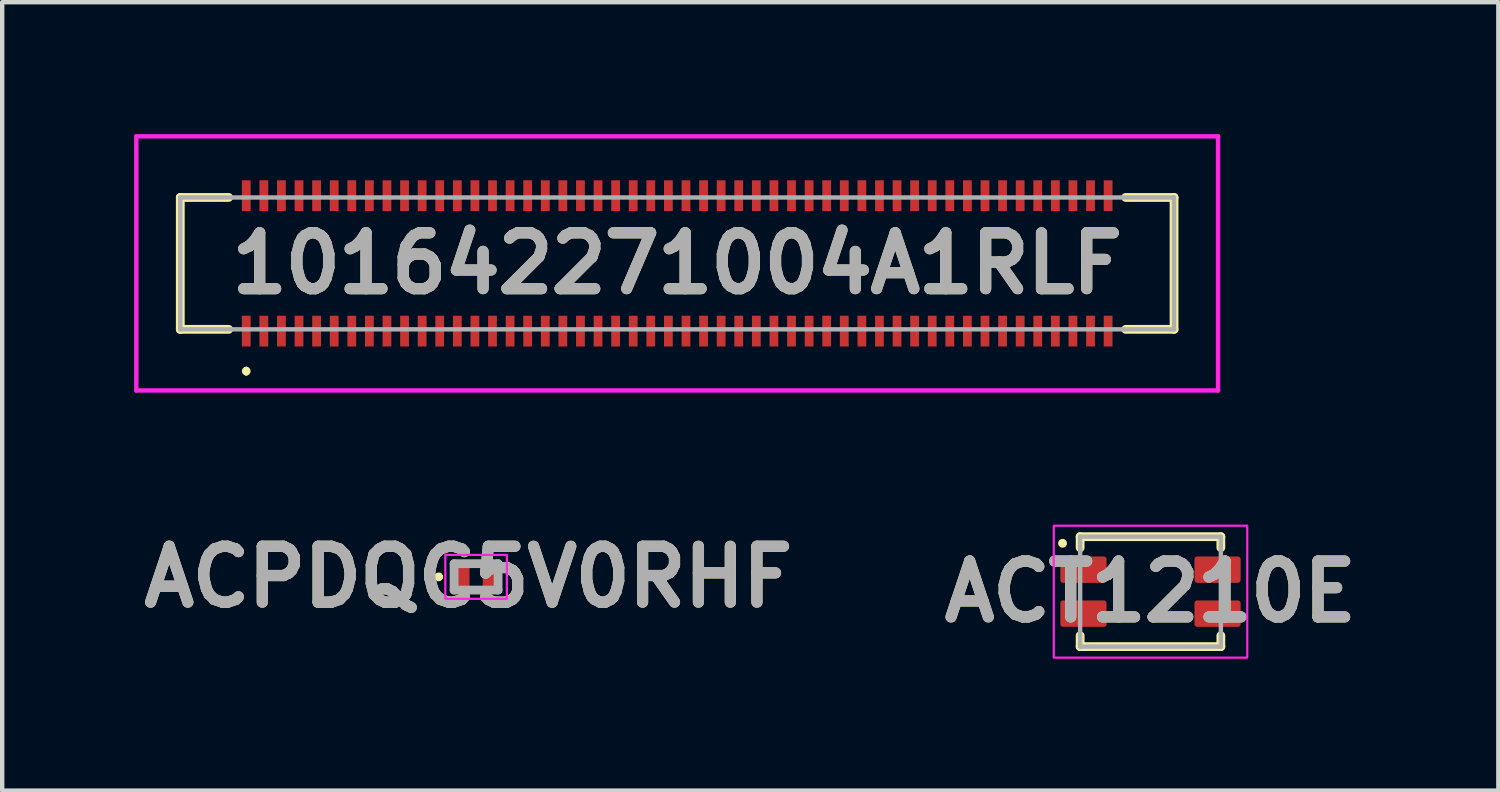
<source format=kicad_pcb>
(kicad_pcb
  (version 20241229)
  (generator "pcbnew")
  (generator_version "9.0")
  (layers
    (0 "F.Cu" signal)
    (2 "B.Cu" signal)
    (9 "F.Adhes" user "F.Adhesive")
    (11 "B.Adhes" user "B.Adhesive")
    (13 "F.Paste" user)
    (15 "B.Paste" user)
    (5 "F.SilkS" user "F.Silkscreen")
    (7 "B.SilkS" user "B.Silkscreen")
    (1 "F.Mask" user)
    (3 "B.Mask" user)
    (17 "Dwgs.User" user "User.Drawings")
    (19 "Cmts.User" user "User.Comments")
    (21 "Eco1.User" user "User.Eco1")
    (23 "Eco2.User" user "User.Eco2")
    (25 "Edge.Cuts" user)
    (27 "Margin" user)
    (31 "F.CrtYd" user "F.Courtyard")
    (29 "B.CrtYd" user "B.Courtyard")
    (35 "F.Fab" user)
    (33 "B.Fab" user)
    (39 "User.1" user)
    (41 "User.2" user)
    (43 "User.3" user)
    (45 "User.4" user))
  (footprint "ACPDQC5V0RHF"
    (layer "F.Cu")
    (at 7.777 10.069)
    (property "Reference" "ACPDQC5V0RHF" (at -0.175 0 0) (layer "F.SilkS") (effects (font (size 1.27 1.27) (thickness 0.254))))
    (attr smd)
    (fp_line (start -0.9 0) (end -0.9 0) (stroke (width 0.1) (type solid)) (layer "F.SilkS"))
    (fp_line (start -0.8 0) (end -0.8 0) (stroke (width 0.1) (type solid)) (layer "F.SilkS"))
    (fp_arc (start -0.9 0) (mid -0.85 -0.05) (end -0.8 0) (stroke (width 0.1) (type solid)) (layer "F.SilkS"))
    (fp_arc (start -0.8 0) (mid -0.85 0.05) (end -0.9 0) (stroke (width 0.1) (type solid)) (layer "F.SilkS"))
    (fp_rect (start -0.7 -0.5) (end 0.7 0.5) (stroke (width 0.05) (type default)) (fill no) (layer "F.CrtYd"))
    (fp_line (start -0.5 -0.3) (end 0.5 -0.3) (stroke (width 0.2) (type solid)) (layer "F.Fab"))
    (fp_line (start -0.5 0.3) (end -0.5 -0.3) (stroke (width 0.2) (type solid)) (layer "F.Fab"))
    (fp_line (start 0.5 -0.3) (end 0.5 0.3) (stroke (width 0.2) (type solid)) (layer "F.Fab"))
    (fp_line (start 0.5 0.3) (end -0.5 0.3) (stroke (width 0.2) (type solid)) (layer "F.Fab"))
    (fp_text user "${REFERENCE}" (at -0.175 0 0) (layer "F.Fab") (effects (font (size 1.27 1.27) (thickness 0.254))))
    (pad "1" smd roundrect (at -0.35 0) (size 0.4 0.7) (layers "F.Cu" "F.Mask" "F.Paste") (roundrect_rratio 0.1))
    (pad "2" smd roundrect (at 0.35 0) (size 0.4 0.7) (layers "F.Cu" "F.Mask" "F.Paste") (roundrect_rratio 0.1)))
  (footprint "101642271004A1RLF"
    (layer "F.Cu")
    (at 12.35 2.94)
    (property "Reference" "101642271004A1RLF" (at 0 0 0) (layer "F.SilkS") (effects (font (size 1.27 1.27) (thickness 0.254))))
    (attr smd)
    (fp_line (start -11.3 -1.5) (end -11.3 1.5) (stroke (width 0.2) (type solid)) (layer "F.SilkS"))
    (fp_line (start -11.3 1.5) (end -10.2 1.5) (stroke (width 0.2) (type solid)) (layer "F.SilkS"))
    (fp_line (start -10.2 -1.5) (end -11.3 -1.5) (stroke (width 0.2) (type solid)) (layer "F.SilkS"))
    (fp_line (start -9.8 2.4) (end -9.8 2.4) (stroke (width 0.1) (type solid)) (layer "F.SilkS"))
    (fp_line (start -9.8 2.5) (end -9.8 2.5) (stroke (width 0.1) (type solid)) (layer "F.SilkS"))
    (fp_line (start 10.2 1.5) (end 11.3 1.5) (stroke (width 0.2) (type solid)) (layer "F.SilkS"))
    (fp_line (start 11.3 -1.5) (end 10.2 -1.5) (stroke (width 0.2) (type solid)) (layer "F.SilkS"))
    (fp_line (start 11.3 1.5) (end 11.3 -1.5) (stroke (width 0.2) (type solid)) (layer "F.SilkS"))
    (fp_arc (start -9.8 2.4) (mid -9.75 2.45) (end -9.8 2.5) (stroke (width 0.1) (type solid)) (layer "F.SilkS"))
    (fp_arc (start -9.8 2.5) (mid -9.85 2.45) (end -9.8 2.4) (stroke (width 0.1) (type solid)) (layer "F.SilkS"))
    (fp_line (start -12.3 -2.89) (end 12.3 -2.89) (stroke (width 0.1) (type solid)) (layer "F.CrtYd"))
    (fp_line (start -12.3 2.89) (end -12.3 -2.89) (stroke (width 0.1) (type solid)) (layer "F.CrtYd"))
    (fp_line (start 12.3 -2.89) (end 12.3 2.89) (stroke (width 0.1) (type solid)) (layer "F.CrtYd"))
    (fp_line (start 12.3 2.89) (end -12.3 2.89) (stroke (width 0.1) (type solid)) (layer "F.CrtYd"))
    (fp_line (start -11.3 -1.5) (end 11.3 -1.5) (stroke (width 0.1) (type solid)) (layer "F.Fab"))
    (fp_line (start -11.3 1.5) (end -11.3 -1.5) (stroke (width 0.1) (type solid)) (layer "F.Fab"))
    (fp_line (start 11.3 -1.5) (end 11.3 1.5) (stroke (width 0.1) (type solid)) (layer "F.Fab"))
    (fp_line (start 11.3 1.5) (end -11.3 1.5) (stroke (width 0.1) (type solid)) (layer "F.Fab"))
    (fp_text user "${REFERENCE}" (at 0 0 0) (layer "F.Fab") (effects (font (size 1.27 1.27) (thickness 0.254))))
    (pad "1" smd rect (at -9.8 1.54) (size 0.2 0.7) (layers "F.Cu" "F.Mask" "F.Paste"))
    (pad "2" smd rect (at -9.8 -1.54) (size 0.2 0.7) (layers "F.Cu" "F.Mask" "F.Paste"))
    (pad "3" smd rect (at -9.4 1.54) (size 0.2 0.7) (layers "F.Cu" "F.Mask" "F.Paste"))
    (pad "4" smd rect (at -9.4 -1.54) (size 0.2 0.7) (layers "F.Cu" "F.Mask" "F.Paste"))
    (pad "5" smd rect (at -9 1.54) (size 0.2 0.7) (layers "F.Cu" "F.Mask" "F.Paste"))
    (pad "6" smd rect (at -9 -1.54) (size 0.2 0.7) (layers "F.Cu" "F.Mask" "F.Paste"))
    (pad "7" smd rect (at -8.6 1.54) (size 0.2 0.7) (layers "F.Cu" "F.Mask" "F.Paste"))
    (pad "8" smd rect (at -8.6 -1.54) (size 0.2 0.7) (layers "F.Cu" "F.Mask" "F.Paste"))
    (pad "9" smd rect (at -8.2 1.54) (size 0.2 0.7) (layers "F.Cu" "F.Mask" "F.Paste"))
    (pad "10" smd rect (at -8.2 -1.54) (size 0.2 0.7) (layers "F.Cu" "F.Mask" "F.Paste"))
    (pad "11" smd rect (at -7.8 1.54) (size 0.2 0.7) (layers "F.Cu" "F.Mask" "F.Paste"))
    (pad "12" smd rect (at -7.8 -1.54) (size 0.2 0.7) (layers "F.Cu" "F.Mask" "F.Paste"))
    (pad "13" smd rect (at -7.4 1.54) (size 0.2 0.7) (layers "F.Cu" "F.Mask" "F.Paste"))
    (pad "14" smd rect (at -7.4 -1.54) (size 0.2 0.7) (layers "F.Cu" "F.Mask" "F.Paste"))
    (pad "15" smd rect (at -7 1.54) (size 0.2 0.7) (layers "F.Cu" "F.Mask" "F.Paste"))
    (pad "16" smd rect (at -7 -1.54) (size 0.2 0.7) (layers "F.Cu" "F.Mask" "F.Paste"))
    (pad "17" smd rect (at -6.6 1.54) (size 0.2 0.7) (layers "F.Cu" "F.Mask" "F.Paste"))
    (pad "18" smd rect (at -6.6 -1.54) (size 0.2 0.7) (layers "F.Cu" "F.Mask" "F.Paste"))
    (pad "19" smd rect (at -6.2 1.54) (size 0.2 0.7) (layers "F.Cu" "F.Mask" "F.Paste"))
    (pad "20" smd rect (at -6.2 -1.54) (size 0.2 0.7) (layers "F.Cu" "F.Mask" "F.Paste"))
    (pad "21" smd rect (at -5.8 1.54) (size 0.2 0.7) (layers "F.Cu" "F.Mask" "F.Paste"))
    (pad "22" smd rect (at -5.8 -1.54) (size 0.2 0.7) (layers "F.Cu" "F.Mask" "F.Paste"))
    (pad "23" smd rect (at -5.4 1.54) (size 0.2 0.7) (layers "F.Cu" "F.Mask" "F.Paste"))
    (pad "24" smd rect (at -5.4 -1.54) (size 0.2 0.7) (layers "F.Cu" "F.Mask" "F.Paste"))
    (pad "25" smd rect (at -5 1.54) (size 0.2 0.7) (layers "F.Cu" "F.Mask" "F.Paste"))
    (pad "26" smd rect (at -5 -1.54) (size 0.2 0.7) (layers "F.Cu" "F.Mask" "F.Paste"))
    (pad "27" smd rect (at -4.6 1.54) (size 0.2 0.7) (layers "F.Cu" "F.Mask" "F.Paste"))
    (pad "28" smd rect (at -4.6 -1.54) (size 0.2 0.7) (layers "F.Cu" "F.Mask" "F.Paste"))
    (pad "29" smd rect (at -4.2 1.54) (size 0.2 0.7) (layers "F.Cu" "F.Mask" "F.Paste"))
    (pad "30" smd rect (at -4.2 -1.54) (size 0.2 0.7) (layers "F.Cu" "F.Mask" "F.Paste"))
    (pad "31" smd rect (at -3.8 1.54) (size 0.2 0.7) (layers "F.Cu" "F.Mask" "F.Paste"))
    (pad "32" smd rect (at -3.8 -1.54) (size 0.2 0.7) (layers "F.Cu" "F.Mask" "F.Paste"))
    (pad "33" smd rect (at -3.4 1.54) (size 0.2 0.7) (layers "F.Cu" "F.Mask" "F.Paste"))
    (pad "34" smd rect (at -3.4 -1.54) (size 0.2 0.7) (layers "F.Cu" "F.Mask" "F.Paste"))
    (pad "35" smd rect (at -3 1.54) (size 0.2 0.7) (layers "F.Cu" "F.Mask" "F.Paste"))
    (pad "36" smd rect (at -3 -1.54) (size 0.2 0.7) (layers "F.Cu" "F.Mask" "F.Paste"))
    (pad "37" smd rect (at -2.6 1.54) (size 0.2 0.7) (layers "F.Cu" "F.Mask" "F.Paste"))
    (pad "38" smd rect (at -2.6 -1.54) (size 0.2 0.7) (layers "F.Cu" "F.Mask" "F.Paste"))
    (pad "39" smd rect (at -2.2 1.54) (size 0.2 0.7) (layers "F.Cu" "F.Mask" "F.Paste"))
    (pad "40" smd rect (at -2.2 -1.54) (size 0.2 0.7) (layers "F.Cu" "F.Mask" "F.Paste"))
    (pad "41" smd rect (at -1.8 1.54) (size 0.2 0.7) (layers "F.Cu" "F.Mask" "F.Paste"))
    (pad "42" smd rect (at -1.8 -1.54) (size 0.2 0.7) (layers "F.Cu" "F.Mask" "F.Paste"))
    (pad "43" smd rect (at -1.4 1.54) (size 0.2 0.7) (layers "F.Cu" "F.Mask" "F.Paste"))
    (pad "44" smd rect (at -1.4 -1.54) (size 0.2 0.7) (layers "F.Cu" "F.Mask" "F.Paste"))
    (pad "45" smd rect (at -1 1.54) (size 0.2 0.7) (layers "F.Cu" "F.Mask" "F.Paste"))
    (pad "46" smd rect (at -1 -1.54) (size 0.2 0.7) (layers "F.Cu" "F.Mask" "F.Paste"))
    (pad "47" smd rect (at -0.6 1.54) (size 0.2 0.7) (layers "F.Cu" "F.Mask" "F.Paste"))
    (pad "48" smd rect (at -0.6 -1.54) (size 0.2 0.7) (layers "F.Cu" "F.Mask" "F.Paste"))
    (pad "49" smd rect (at -0.2 1.54) (size 0.2 0.7) (layers "F.Cu" "F.Mask" "F.Paste"))
    (pad "50" smd rect (at -0.2 -1.54) (size 0.2 0.7) (layers "F.Cu" "F.Mask" "F.Paste"))
    (pad "51" smd rect (at 0.2 1.54) (size 0.2 0.7) (layers "F.Cu" "F.Mask" "F.Paste"))
    (pad "52" smd rect (at 0.2 -1.54) (size 0.2 0.7) (layers "F.Cu" "F.Mask" "F.Paste"))
    (pad "53" smd rect (at 0.6 1.54) (size 0.2 0.7) (layers "F.Cu" "F.Mask" "F.Paste"))
    (pad "54" smd rect (at 0.6 -1.54) (size 0.2 0.7) (layers "F.Cu" "F.Mask" "F.Paste"))
    (pad "55" smd rect (at 1 1.54) (size 0.2 0.7) (layers "F.Cu" "F.Mask" "F.Paste"))
    (pad "56" smd rect (at 1 -1.54) (size 0.2 0.7) (layers "F.Cu" "F.Mask" "F.Paste"))
    (pad "57" smd rect (at 1.4 1.54) (size 0.2 0.7) (layers "F.Cu" "F.Mask" "F.Paste"))
    (pad "58" smd rect (at 1.4 -1.54) (size 0.2 0.7) (layers "F.Cu" "F.Mask" "F.Paste"))
    (pad "59" smd rect (at 1.8 1.54) (size 0.2 0.7) (layers "F.Cu" "F.Mask" "F.Paste"))
    (pad "60" smd rect (at 1.8 -1.54) (size 0.2 0.7) (layers "F.Cu" "F.Mask" "F.Paste"))
    (pad "61" smd rect (at 2.2 1.54) (size 0.2 0.7) (layers "F.Cu" "F.Mask" "F.Paste"))
    (pad "62" smd rect (at 2.2 -1.54) (size 0.2 0.7) (layers "F.Cu" "F.Mask" "F.Paste"))
    (pad "63" smd rect (at 2.6 1.54) (size 0.2 0.7) (layers "F.Cu" "F.Mask" "F.Paste"))
    (pad "64" smd rect (at 2.6 -1.54) (size 0.2 0.7) (layers "F.Cu" "F.Mask" "F.Paste"))
    (pad "65" smd rect (at 3 1.54) (size 0.2 0.7) (layers "F.Cu" "F.Mask" "F.Paste"))
    (pad "66" smd rect (at 3 -1.54) (size 0.2 0.7) (layers "F.Cu" "F.Mask" "F.Paste"))
    (pad "67" smd rect (at 3.4 1.54) (size 0.2 0.7) (layers "F.Cu" "F.Mask" "F.Paste"))
    (pad "68" smd rect (at 3.4 -1.54) (size 0.2 0.7) (layers "F.Cu" "F.Mask" "F.Paste"))
    (pad "69" smd rect (at 3.8 1.54) (size 0.2 0.7) (layers "F.Cu" "F.Mask" "F.Paste"))
    (pad "70" smd rect (at 3.8 -1.54) (size 0.2 0.7) (layers "F.Cu" "F.Mask" "F.Paste"))
    (pad "71" smd rect (at 4.2 1.54) (size 0.2 0.7) (layers "F.Cu" "F.Mask" "F.Paste"))
    (pad "72" smd rect (at 4.2 -1.54) (size 0.2 0.7) (layers "F.Cu" "F.Mask" "F.Paste"))
    (pad "73" smd rect (at 4.6 1.54) (size 0.2 0.7) (layers "F.Cu" "F.Mask" "F.Paste"))
    (pad "74" smd rect (at 4.6 -1.54) (size 0.2 0.7) (layers "F.Cu" "F.Mask" "F.Paste"))
    (pad "75" smd rect (at 5 1.54) (size 0.2 0.7) (layers "F.Cu" "F.Mask" "F.Paste"))
    (pad "76" smd rect (at 5 -1.54) (size 0.2 0.7) (layers "F.Cu" "F.Mask" "F.Paste"))
    (pad "77" smd rect (at 5.4 1.54) (size 0.2 0.7) (layers "F.Cu" "F.Mask" "F.Paste"))
    (pad "78" smd rect (at 5.4 -1.54) (size 0.2 0.7) (layers "F.Cu" "F.Mask" "F.Paste"))
    (pad "79" smd rect (at 5.8 1.54) (size 0.2 0.7) (layers "F.Cu" "F.Mask" "F.Paste"))
    (pad "80" smd rect (at 5.8 -1.54) (size 0.2 0.7) (layers "F.Cu" "F.Mask" "F.Paste"))
    (pad "81" smd rect (at 6.2 1.54) (size 0.2 0.7) (layers "F.Cu" "F.Mask" "F.Paste"))
    (pad "82" smd rect (at 6.2 -1.54) (size 0.2 0.7) (layers "F.Cu" "F.Mask" "F.Paste"))
    (pad "83" smd rect (at 6.6 1.54) (size 0.2 0.7) (layers "F.Cu" "F.Mask" "F.Paste"))
    (pad "84" smd rect (at 6.6 -1.54) (size 0.2 0.7) (layers "F.Cu" "F.Mask" "F.Paste"))
    (pad "85" smd rect (at 7 1.54) (size 0.2 0.7) (layers "F.Cu" "F.Mask" "F.Paste"))
    (pad "86" smd rect (at 7 -1.54) (size 0.2 0.7) (layers "F.Cu" "F.Mask" "F.Paste"))
    (pad "87" smd rect (at 7.4 1.54) (size 0.2 0.7) (layers "F.Cu" "F.Mask" "F.Paste"))
    (pad "88" smd rect (at 7.4 -1.54) (size 0.2 0.7) (layers "F.Cu" "F.Mask" "F.Paste"))
    (pad "89" smd rect (at 7.8 1.54) (size 0.2 0.7) (layers "F.Cu" "F.Mask" "F.Paste"))
    (pad "90" smd rect (at 7.8 -1.54) (size 0.2 0.7) (layers "F.Cu" "F.Mask" "F.Paste"))
    (pad "91" smd rect (at 8.2 1.54) (size 0.2 0.7) (layers "F.Cu" "F.Mask" "F.Paste"))
    (pad "92" smd rect (at 8.2 -1.54) (size 0.2 0.7) (layers "F.Cu" "F.Mask" "F.Paste"))
    (pad "93" smd rect (at 8.6 1.54) (size 0.2 0.7) (layers "F.Cu" "F.Mask" "F.Paste"))
    (pad "94" smd rect (at 8.6 -1.54) (size 0.2 0.7) (layers "F.Cu" "F.Mask" "F.Paste"))
    (pad "95" smd rect (at 9 1.54) (size 0.2 0.7) (layers "F.Cu" "F.Mask" "F.Paste"))
    (pad "96" smd rect (at 9 -1.54) (size 0.2 0.7) (layers "F.Cu" "F.Mask" "F.Paste"))
    (pad "97" smd rect (at 9.4 1.54) (size 0.2 0.7) (layers "F.Cu" "F.Mask" "F.Paste"))
    (pad "98" smd rect (at 9.4 -1.54) (size 0.2 0.7) (layers "F.Cu" "F.Mask" "F.Paste"))
    (pad "99" smd rect (at 9.8 1.54) (size 0.2 0.7) (layers "F.Cu" "F.Mask" "F.Paste"))
    (pad "100" smd rect (at 9.8 -1.54) (size 0.2 0.7) (layers "F.Cu" "F.Mask" "F.Paste")))
  (footprint "ACT1210E"
    (layer "F.Cu")
    (at 23.114 10.405)
    (property "Reference" "ACT1210E" (at 0 0 0) (layer "F.SilkS") (effects (font (size 1.27 1.27) (thickness 0.254))))
    (attr smd)
    (fp_line (start -1.6 -1.25) (end 1.6 -1.25) (stroke (width 0.2) (type solid)) (layer "F.SilkS"))
    (fp_line (start -1.6 -1) (end -1.6 -1.25) (stroke (width 0.2) (type solid)) (layer "F.SilkS"))
    (fp_line (start -1.6 1) (end -1.6 1.25) (stroke (width 0.2) (type solid)) (layer "F.SilkS"))
    (fp_line (start -1.6 1.25) (end 1.6 1.25) (stroke (width 0.2) (type solid)) (layer "F.SilkS"))
    (fp_line (start 1.6 -1.25) (end 1.6 -1) (stroke (width 0.2) (type solid)) (layer "F.SilkS"))
    (fp_line (start 1.6 1.25) (end 1.6 1) (stroke (width 0.2) (type solid)) (layer "F.SilkS"))
    (fp_circle (center -2 -1.1) (end -2.1 -1.1) (stroke (width 0) (type solid)) (fill yes) (layer "F.SilkS"))
    (fp_rect (start -2.2 -1.5) (end 2.2 1.5) (stroke (width 0.05) (type default)) (fill no) (layer "F.CrtYd"))
    (fp_line (start -1.6 -1.25) (end 1.6 -1.25) (stroke (width 0.1) (type solid)) (layer "F.Fab"))
    (fp_line (start -1.6 1.25) (end -1.6 -1.25) (stroke (width 0.1) (type solid)) (layer "F.Fab"))
    (fp_line (start 1.6 -1.25) (end 1.6 1.25) (stroke (width 0.1) (type solid)) (layer "F.Fab"))
    (fp_line (start 1.6 1.25) (end -1.6 1.25) (stroke (width 0.1) (type solid)) (layer "F.Fab"))
    (fp_text user "${REFERENCE}" (at 0 0 0) (layer "F.Fab") (effects (font (size 1.27 1.27) (thickness 0.254))))
    (pad "1" smd roundrect (at -1.525 -0.5 90) (size 0.6 1.05) (layers "F.Cu" "F.Mask" "F.Paste") (roundrect_rratio 0.1))
    (pad "2" smd roundrect (at -1.525 0.5 90) (size 0.6 1.05) (layers "F.Cu" "F.Mask" "F.Paste") (roundrect_rratio 0.1))
    (pad "3" smd roundrect (at 1.525 0.5 90) (size 0.6 1.05) (layers "F.Cu" "F.Mask" "F.Paste") (roundrect_rratio 0.1))
    (pad "4" smd roundrect (at 1.525 -0.5 90) (size 0.6 1.05) (layers "F.Cu" "F.Mask" "F.Paste") (roundrect_rratio 0.1)))
  (gr_rect
    (start -3 -3)
    (end 31.025 14.93)
    (stroke (width 0.1) (type default))
    (fill no)
    (layer "Edge.Cuts")))
</source>
